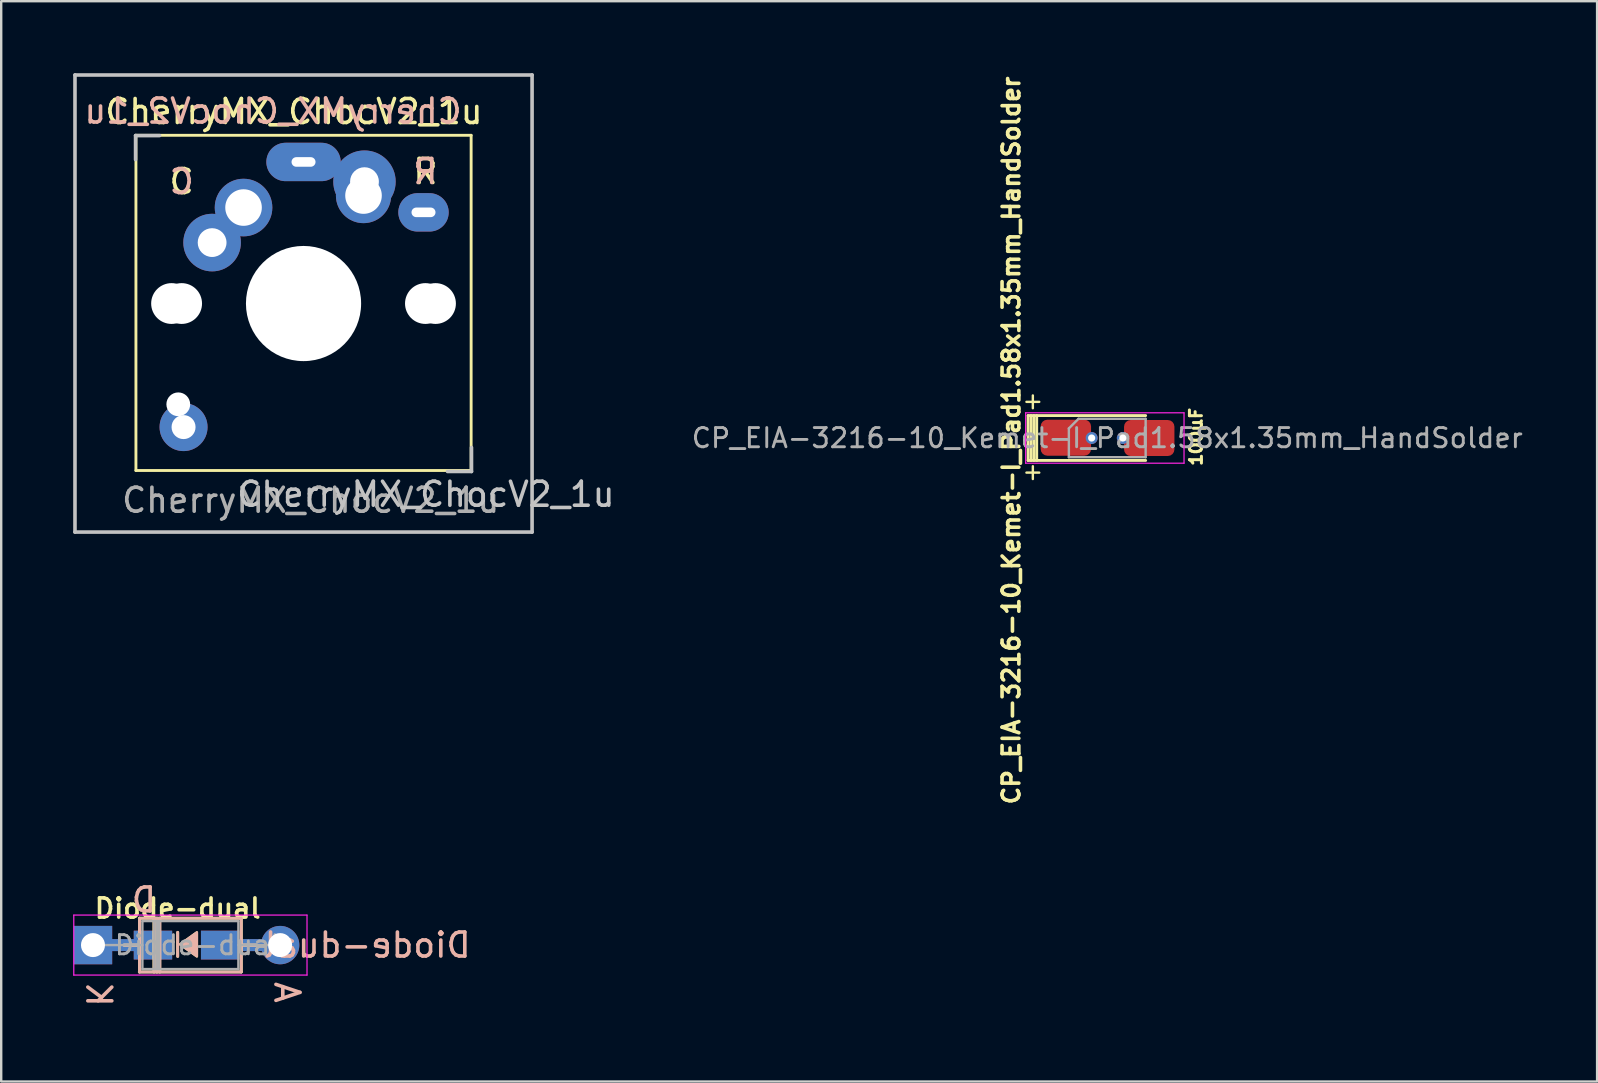
<source format=kicad_pcb>
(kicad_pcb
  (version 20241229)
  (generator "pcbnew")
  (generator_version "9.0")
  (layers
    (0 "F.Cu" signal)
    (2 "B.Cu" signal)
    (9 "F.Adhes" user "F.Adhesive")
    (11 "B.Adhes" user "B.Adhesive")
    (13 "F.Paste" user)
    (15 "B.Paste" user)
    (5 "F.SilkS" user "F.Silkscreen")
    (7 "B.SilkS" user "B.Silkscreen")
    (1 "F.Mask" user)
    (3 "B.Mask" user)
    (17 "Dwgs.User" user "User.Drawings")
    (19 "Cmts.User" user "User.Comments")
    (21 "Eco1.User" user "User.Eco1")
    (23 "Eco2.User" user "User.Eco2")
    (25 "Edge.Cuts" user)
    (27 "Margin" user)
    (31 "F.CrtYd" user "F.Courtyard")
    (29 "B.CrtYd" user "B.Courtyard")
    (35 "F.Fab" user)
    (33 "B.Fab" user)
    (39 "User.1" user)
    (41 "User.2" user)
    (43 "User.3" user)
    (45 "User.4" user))
  (footprint "Diode-dual"
    (layer "F.Cu")
    (at 4.755 36.308)
    (property "Reference" "Diode-dual" (at -0.4 -1.5 180) (layer "F.SilkS") (effects (font (size 0.8 0.8) (thickness 0.15))))
    (property "Value" "D" (at -0.03 1.955 180) (layer "F.SilkS") (hide yes) (effects (font (size 0.8 0.8) (thickness 0.15))))
    (attr smd)
    (fp_line (start -2.64 0.03) (end -1.99 0.03) (stroke (width 0.12) (type solid)) (layer "F.SilkS"))
    (fp_line (start -1.99 -1.09) (end -1.99 1.15) (stroke (width 0.12) (type solid)) (layer "F.SilkS"))
    (fp_line (start -1.99 1.15) (end 2.25 1.15) (stroke (width 0.12) (type solid)) (layer "F.SilkS"))
    (fp_line (start -1.39 -1.09) (end -1.39 1.15) (stroke (width 0.12) (type solid)) (layer "F.SilkS"))
    (fp_line (start -1.27 -1.09) (end -1.27 1.15) (stroke (width 0.12) (type solid)) (layer "F.SilkS"))
    (fp_line (start -1.15 -1.09) (end -1.15 1.15) (stroke (width 0.12) (type solid)) (layer "F.SilkS"))
    (fp_line (start -0.4 -0.5) (end -0.4 0.5) (stroke (width 0.12) (type solid)) (layer "F.SilkS"))
    (fp_line (start 2.25 -1.09) (end -1.99 -1.09) (stroke (width 0.12) (type solid)) (layer "F.SilkS"))
    (fp_line (start 2.25 1.15) (end 2.25 -1.09) (stroke (width 0.12) (type solid)) (layer "F.SilkS"))
    (fp_line (start 2.9 0.03) (end 2.25 0.03) (stroke (width 0.12) (type solid)) (layer "F.SilkS"))
    (fp_poly (pts (xy 0.4 -0.5) (xy 0.4 0.5) (xy -0.3 0)) (stroke (width 0.1) (type solid)) (fill yes) (layer "F.SilkS"))
    (fp_line (start -2.64 0.03) (end -1.99 0.03) (stroke (width 0.12) (type solid)) (layer "B.SilkS"))
    (fp_line (start -2 1.15) (end 2.24 1.15) (stroke (width 0.12) (type solid)) (layer "B.SilkS"))
    (fp_line (start -1.99 -1.09) (end -1.99 1.15) (stroke (width 0.12) (type solid)) (layer "B.SilkS"))
    (fp_line (start -1.38 -1.09) (end -1.38 1.15) (stroke (width 0.12) (type solid)) (layer "B.SilkS"))
    (fp_line (start -1.26 -1.09) (end -1.26 1.15) (stroke (width 0.12) (type solid)) (layer "B.SilkS"))
    (fp_line (start -1.14 -1.09) (end -1.14 1.15) (stroke (width 0.12) (type solid)) (layer "B.SilkS"))
    (fp_line (start -0.4 -0.5) (end -0.4 0.5) (stroke (width 0.12) (type solid)) (layer "B.SilkS"))
    (fp_line (start 2.24 -1.09) (end -2 -1.09) (stroke (width 0.12) (type solid)) (layer "B.SilkS"))
    (fp_line (start 2.25 1.15) (end 2.25 -1.09) (stroke (width 0.12) (type solid)) (layer "B.SilkS"))
    (fp_line (start 2.9 0.03) (end 2.25 0.03) (stroke (width 0.12) (type solid)) (layer "B.SilkS"))
    (fp_poly (pts (xy 0.4 -0.5) (xy -0.3 0) (xy 0.4 0.5)) (stroke (width 0.1) (type solid)) (fill yes) (layer "B.SilkS"))
    (fp_line (start -4.73 -1.22) (end -4.73 1.28) (stroke (width 0.05) (type solid)) (layer "F.CrtYd"))
    (fp_line (start -4.73 1.28) (end 4.99 1.28) (stroke (width 0.05) (type solid)) (layer "F.CrtYd"))
    (fp_line (start 4.99 -1.22) (end -4.73 -1.22) (stroke (width 0.05) (type solid)) (layer "F.CrtYd"))
    (fp_line (start 4.99 1.28) (end 4.99 -1.22) (stroke (width 0.05) (type solid)) (layer "F.CrtYd"))
    (fp_line (start -3.68 0.03) (end -1.87 0.03) (stroke (width 0.1) (type solid)) (layer "F.Fab"))
    (fp_line (start -1.87 -0.97) (end -1.87 1.03) (stroke (width 0.1) (type solid)) (layer "F.Fab"))
    (fp_line (start -1.87 1.03) (end 2.13 1.03) (stroke (width 0.1) (type solid)) (layer "F.Fab"))
    (fp_line (start -1.37 -0.97) (end -1.37 1.03) (stroke (width 0.1) (type solid)) (layer "F.Fab"))
    (fp_line (start -1.27 -0.97) (end -1.27 1.03) (stroke (width 0.1) (type solid)) (layer "F.Fab"))
    (fp_line (start -1.17 -0.97) (end -1.17 1.03) (stroke (width 0.1) (type solid)) (layer "F.Fab"))
    (fp_line (start 2.13 -0.97) (end -1.87 -0.97) (stroke (width 0.1) (type solid)) (layer "F.Fab"))
    (fp_line (start 2.13 1.03) (end 2.13 -0.97) (stroke (width 0.1) (type solid)) (layer "F.Fab"))
    (fp_line (start 3.94 0.03) (end 2.13 0.03) (stroke (width 0.1) (type solid)) (layer "F.Fab"))
    (fp_text user "${VALUE}" (at -1.81 -1.85 180) (layer "B.SilkS") (effects (font (size 1 1) (thickness 0.15)) (justify mirror)))
    (fp_text user "${REFERENCE}" (at 7.495 0.03 0) (unlocked yes) (layer "B.SilkS") (effects (font (size 1 1) (thickness 0.15)) (justify mirror)))
    (fp_text user "K" (at -3.69 2.09 270) (unlocked yes) (layer "B.SilkS") (effects (font (size 1 1) (thickness 0.15)) (justify mirror)))
    (fp_text user "A" (at 4.15 2 270) (unlocked yes) (layer "B.SilkS") (effects (font (size 1 1) (thickness 0.15)) (justify mirror)))
    (fp_text user "${REFERENCE}" (at 0.43 0.03 180) (layer "F.Fab") (effects (font (size 0.8 0.8) (thickness 0.12))))
    (pad "1" thru_hole rect (at -3.93 0.03 180) (size 1.6 1.6) (drill 1) (layers "*.Cu" "*.Mask"))
    (pad "1" smd rect (at -2.53 0.03 180) (size 2.9 0.5) (layers "F.Cu"))
    (pad "1" smd rect (at -2.53 0.03 180) (size 2.9 0.5) (layers "B.Cu"))
    (pad "1" smd rect (at -1.43 0.03 180) (size 1.6 1.2) (layers "F.Cu" "F.Mask" "F.Paste"))
    (pad "1" smd rect (at -1.43 0.03 180) (size 1.6 1.2) (layers "B.Cu" "B.Mask" "B.Paste"))
    (pad "2" smd rect (at 1.37 0.03 180) (size 1.6 1.2) (layers "F.Cu" "F.Mask" "F.Paste"))
    (pad "2" smd rect (at 1.37 0.03 180) (size 1.6 1.2) (layers "B.Cu" "B.Mask" "B.Paste"))
    (pad "2" smd rect (at 2.47 0.03 180) (size 2.9 0.5) (layers "F.Cu"))
    (pad "2" smd rect (at 2.47 0.03 180) (size 2.9 0.5) (layers "B.Cu"))
    (pad "2" thru_hole circle (at 3.87 0.03 180) (size 1.6 1.6) (drill 1) (layers "*.Cu" "*.Mask")))
  (footprint "CP_EIA-3216-10_Kemet-I_Pad1.58x1.35mm_HandSolder"
    (layer "F.Cu")
    (at 43.096 15.205)
    (property "Reference" "CP_EIA-3216-10_Kemet-I_Pad1.58x1.35mm_HandSolder" (at -4 0.1 270) (layer "F.SilkS") (effects (font (size 0.7 0.7) (thickness 0.15))))
    (property "Value" "100µF" (at 0 1.75 180) (layer "F.Fab") (hide yes) (effects (font (size 1 1) (thickness 0.15))))
    (attr smd)
    (fp_line (start -3.3 -0.935) (end -3.3 0.935) (stroke (width 0.12) (type solid)) (layer "F.SilkS"))
    (fp_line (start -3.3 0.935) (end 1.6 0.935) (stroke (width 0.12) (type solid)) (layer "F.SilkS"))
    (fp_line (start -3.18 -0.935) (end -3.18 0.935) (stroke (width 0.12) (type solid)) (layer "F.SilkS"))
    (fp_line (start -3.06 -0.935) (end -3.06 0.935) (stroke (width 0.12) (type solid)) (layer "F.SilkS"))
    (fp_line (start -2.94 -0.935) (end -2.94 0.935) (stroke (width 0.12) (type solid)) (layer "F.SilkS"))
    (fp_line (start 1.6 -0.935) (end -3.3 -0.935) (stroke (width 0.12) (type solid)) (layer "F.SilkS"))
    (fp_line (start -3.4 -1.05) (end 3.2 -1.05) (stroke (width 0.05) (type solid)) (layer "F.CrtYd"))
    (fp_line (start -3.4 1.05) (end -3.4 -1.05) (stroke (width 0.05) (type solid)) (layer "F.CrtYd"))
    (fp_line (start 3.2 -1.05) (end 3.2 1.05) (stroke (width 0.05) (type solid)) (layer "F.CrtYd"))
    (fp_line (start 3.2 1.05) (end -3.4 1.05) (stroke (width 0.05) (type solid)) (layer "F.CrtYd"))
    (fp_line (start -1.6 -0.4) (end -1.6 0.8) (stroke (width 0.1) (type solid)) (layer "F.Fab"))
    (fp_line (start -1.6 0.8) (end 1.6 0.8) (stroke (width 0.1) (type solid)) (layer "F.Fab"))
    (fp_line (start -1.2 -0.8) (end -1.6 -0.4) (stroke (width 0.1) (type solid)) (layer "F.Fab"))
    (fp_line (start 1.6 -0.8) (end -1.2 -0.8) (stroke (width 0.1) (type solid)) (layer "F.Fab"))
    (fp_line (start 1.6 0.8) (end 1.6 -0.8) (stroke (width 0.1) (type solid)) (layer "F.Fab"))
    (fp_text user "+" (at -3.6 1.8 0) (unlocked yes) (layer "F.SilkS") (effects (font (size 0.7 0.7) (thickness 0.1)) (justify left bottom)))
    (fp_text user "${VALUE}" (at 3.7 -0.05 270) (layer "F.SilkS") (effects (font (size 0.5 0.5) (thickness 0.125))))
    (fp_text user "+" (at -3.6 -1.15 0) (unlocked yes) (layer "F.SilkS") (effects (font (size 0.7 0.7) (thickness 0.1)) (justify left bottom)))
    (fp_text user "${REFERENCE}" (at 0 0 180) (layer "F.Fab") (effects (font (size 0.8 0.8) (thickness 0.12))))
    (pad "1" smd roundrect (at -1.725 -0.013) (size 2.1 1.5) (layers "F.Cu" "F.Mask" "F.Paste") (roundrect_rratio 0.185))
    (pad "1" thru_hole circle (at -0.65 0) (size 0.5 0.5) (drill 0.3) (layers "*.Cu" "*.Mask"))
    (pad "2" thru_hole circle (at 0.65 0) (size 0.5 0.5) (drill 0.3) (layers "*.Cu" "*.Mask"))
    (pad "2" smd roundrect (at 1.75 0) (size 2.1 1.5) (layers "F.Cu" "F.Mask" "F.Paste") (roundrect_rratio 0.185)))
  (footprint "CherryMX_ChocV2_1u"
    (layer "F.Cu")
    (at 9.6 9.6)
    (property "Reference" "CherryMX_ChocV2_1u" (at 5.1 7.95 180) (layer "Dwgs.User") (effects (font (size 1 1) (thickness 0.15))))
    (attr through_hole)
    (fp_line (start -6.985 -7.011) (end 6.985 -7.011) (stroke (width 0.12) (type solid)) (layer "F.SilkS"))
    (fp_line (start -6.985 6.959) (end -6.985 -7.011) (stroke (width 0.12) (type solid)) (layer "F.SilkS"))
    (fp_line (start 6.985 -7.011) (end 6.985 6.959) (stroke (width 0.12) (type solid)) (layer "F.SilkS"))
    (fp_line (start 6.985 6.959) (end -6.985 6.959) (stroke (width 0.12) (type solid)) (layer "F.SilkS"))
    (fp_line (start -9.525 -9.525) (end 9.525 -9.525) (stroke (width 0.15) (type solid)) (layer "Dwgs.User"))
    (fp_line (start -9.525 9.525) (end -9.525 -9.525) (stroke (width 0.15) (type solid)) (layer "Dwgs.User"))
    (fp_line (start -7 -7) (end -6 -7) (stroke (width 0.15) (type solid)) (layer "Dwgs.User"))
    (fp_line (start -7 -6) (end -7 -7) (stroke (width 0.15) (type solid)) (layer "Dwgs.User"))
    (fp_line (start 6 7) (end 7 7) (stroke (width 0.15) (type solid)) (layer "Dwgs.User"))
    (fp_line (start 7 7) (end 7 6) (stroke (width 0.15) (type solid)) (layer "Dwgs.User"))
    (fp_line (start 9.525 -9.525) (end 9.525 9.525) (stroke (width 0.15) (type solid)) (layer "Dwgs.User"))
    (fp_line (start 9.525 9.525) (end -9.525 9.525) (stroke (width 0.15) (type solid)) (layer "Dwgs.User"))
    (fp_text user "${REFERENCE}" (at -0.4 -8 0) (unlocked yes) (layer "F.SilkS") (effects (font (size 1 1) (thickness 0.15))))
    (fp_text user "C" (at -5.08 -5.08 0) (unlocked yes) (layer "F.SilkS") (effects (font (size 1 1) (thickness 0.15))))
    (fp_text user "R" (at 5.08 -5.5 0) (unlocked yes) (layer "F.SilkS") (effects (font (size 1 1) (thickness 0.15))))
    (fp_text user "${REFERENCE}" (at -1.27 -8.02 0) (unlocked yes) (layer "B.SilkS") (effects (font (size 1 1) (thickness 0.15)) (justify mirror)))
    (fp_text user "C" (at -5.08 -5.08 0) (unlocked yes) (layer "B.SilkS") (effects (font (size 1 1) (thickness 0.15)) (justify mirror)))
    (fp_text user "R" (at 5.08 -5.5 0) (unlocked yes) (layer "B.SilkS") (effects (font (size 1 1) (thickness 0.15)) (justify mirror)))
    (fp_text user "${REFERENCE}" (at 0.3 8.2 0) (unlocked yes) (layer "F.Fab") (effects (font (size 1 1) (thickness 0.15))))
    (pad "" np_thru_hole circle (at -5.5 0) (size 1.7 1.7) (drill 1.7) (layers "*.Cu" "*.Mask"))
    (pad "" np_thru_hole circle (at -5.22 4.2) (size 0.991 0.991) (drill 0.991) (layers "*.Cu" "*.Mask"))
    (pad "" np_thru_hole circle (at -5.08 0) (size 1.7 1.7) (drill 1.7) (layers "*.Cu" "*.Mask"))
    (pad "" thru_hole circle (at -5 5.15 0.5) (size 2 2) (drill 1) (layers "*.Cu" "*.Mask"))
    (pad "" np_thru_hole circle (at 0 0 90) (size 4.8 4.8) (drill 4.8) (layers "*.Cu" "*.Mask"))
    (pad "" np_thru_hole circle (at 5.08 0) (size 1.7 1.7) (drill 1.7) (layers "*.Cu" "*.Mask"))
    (pad "" np_thru_hole circle (at 5.5 0) (size 1.7 1.7) (drill 1.7) (layers "*.Cu" "*.Mask"))
    (pad "1" thru_hole oval (at 0 -5.9) (size 3.1 1.6) (drill oval 1 0.4) (layers "*.Cu" "*.Mask"))
    (pad "1" thru_hole circle (at 2.5 -4.5) (size 2.3 2.3) (drill 1.524) (layers "*.Cu" "*.Mask"))
    (pad "1" thru_hole circle (at 2.54 -5.08) (size 2.6 2.6) (drill 1.2) (layers "*.Cu" "*.Mask"))
    (pad "2" thru_hole circle (at -3.81 -2.54) (size 2.4 2.4) (drill 1.2) (layers "*.Cu" "*.Mask"))
    (pad "2" thru_hole circle (at -2.5 -4) (size 2.4 2.4) (drill 1.524) (layers "*.Cu" "*.Mask"))
    (pad "2" thru_hole oval (at 5 -3.8) (size 2.1 1.6) (drill oval 1 0.4) (layers "*.Cu" "*.Mask")))
  (gr_rect
    (start -3 -3)
    (end 63.511 42.023)
    (stroke (width 0.1) (type default))
    (fill no)
    (layer "Edge.Cuts")))
</source>
